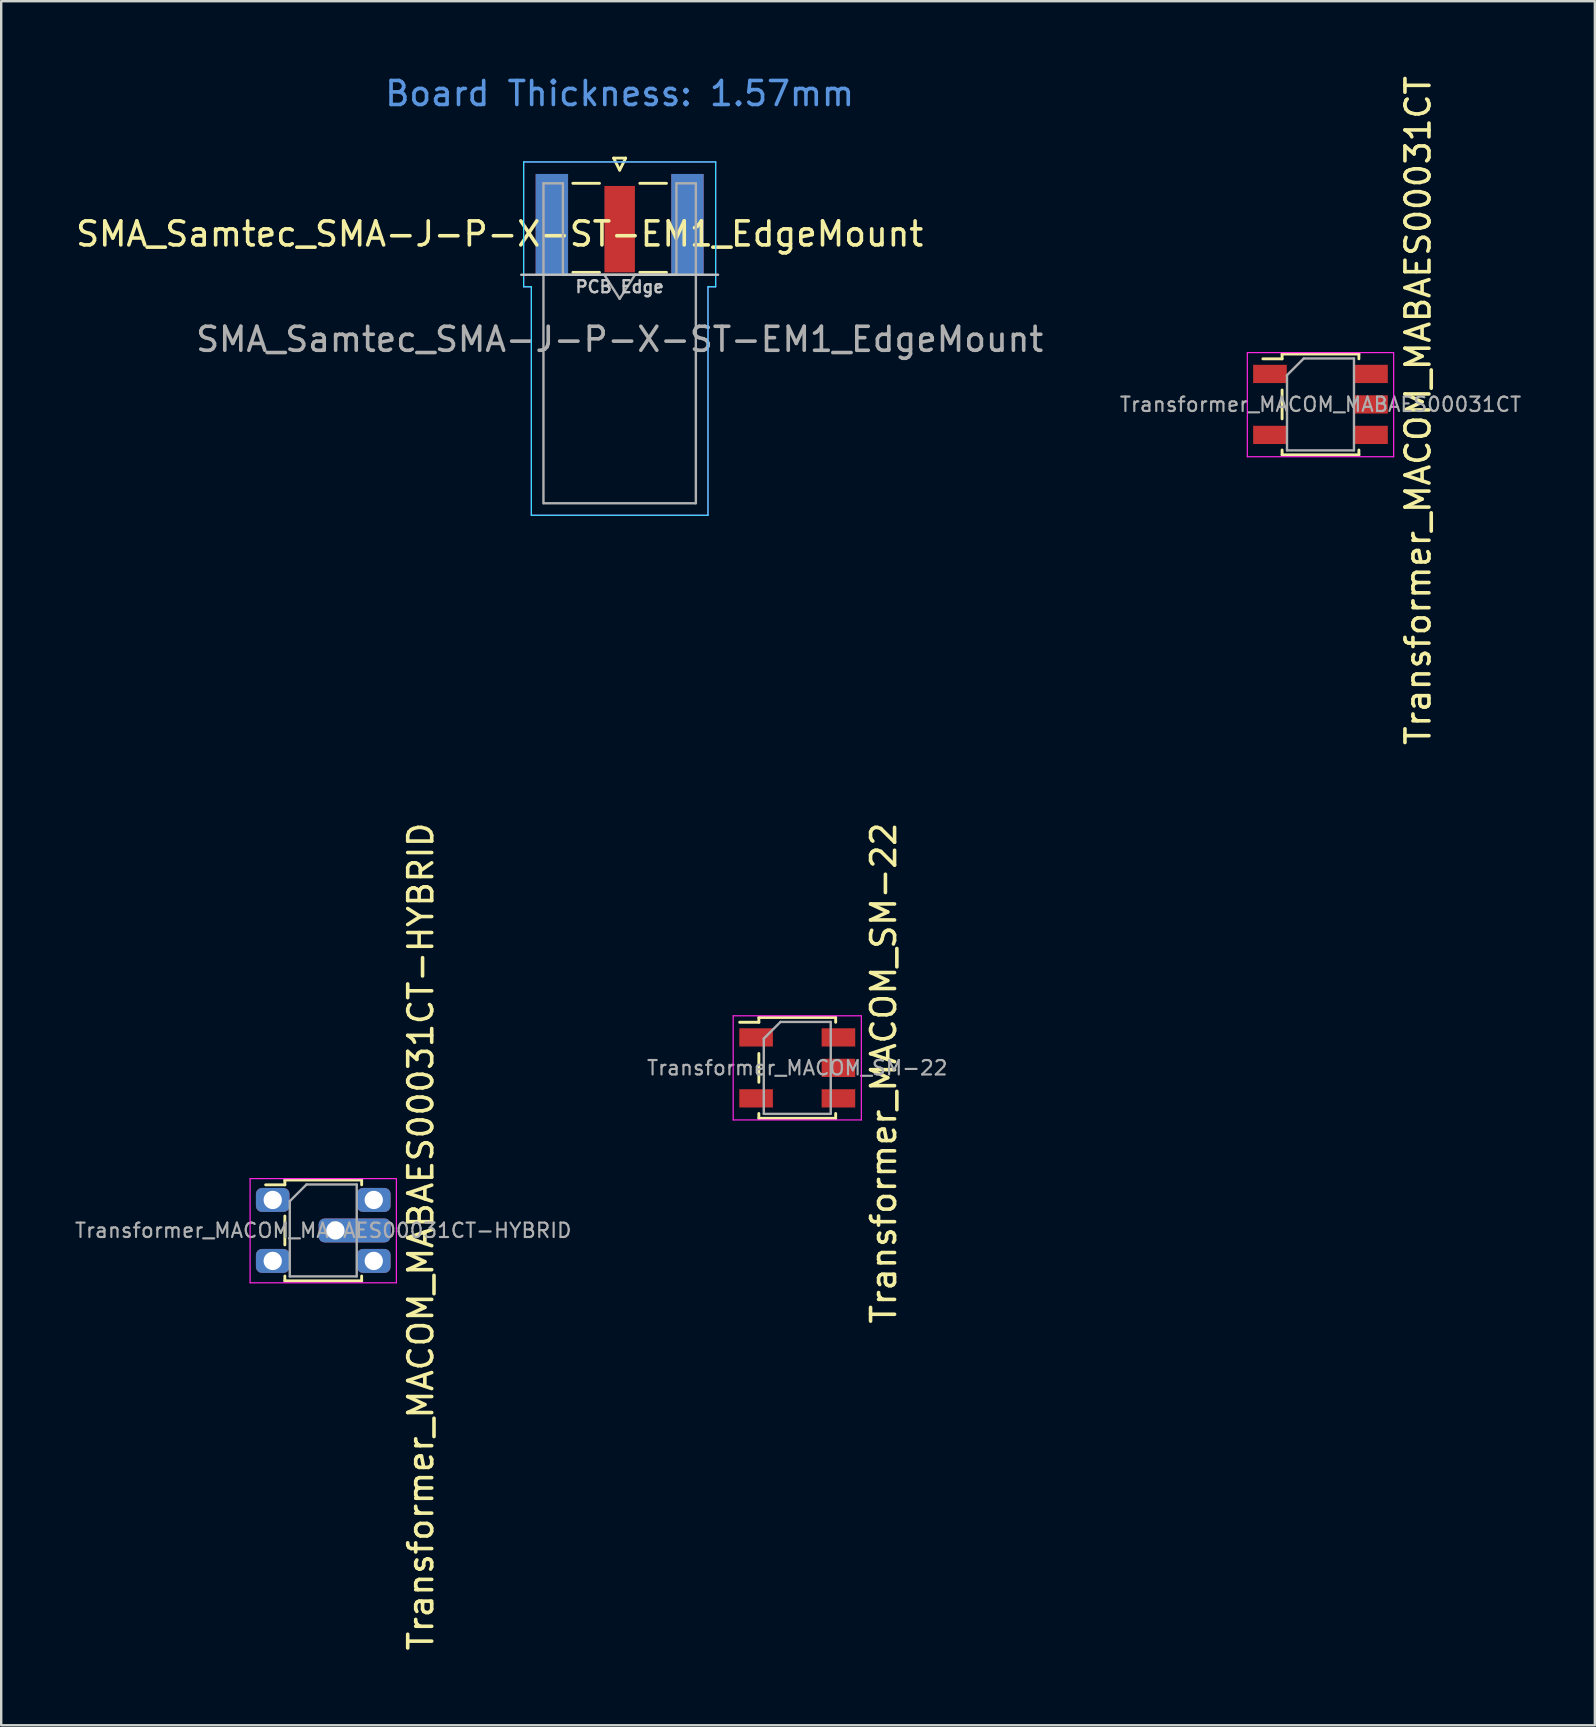
<source format=kicad_pcb>
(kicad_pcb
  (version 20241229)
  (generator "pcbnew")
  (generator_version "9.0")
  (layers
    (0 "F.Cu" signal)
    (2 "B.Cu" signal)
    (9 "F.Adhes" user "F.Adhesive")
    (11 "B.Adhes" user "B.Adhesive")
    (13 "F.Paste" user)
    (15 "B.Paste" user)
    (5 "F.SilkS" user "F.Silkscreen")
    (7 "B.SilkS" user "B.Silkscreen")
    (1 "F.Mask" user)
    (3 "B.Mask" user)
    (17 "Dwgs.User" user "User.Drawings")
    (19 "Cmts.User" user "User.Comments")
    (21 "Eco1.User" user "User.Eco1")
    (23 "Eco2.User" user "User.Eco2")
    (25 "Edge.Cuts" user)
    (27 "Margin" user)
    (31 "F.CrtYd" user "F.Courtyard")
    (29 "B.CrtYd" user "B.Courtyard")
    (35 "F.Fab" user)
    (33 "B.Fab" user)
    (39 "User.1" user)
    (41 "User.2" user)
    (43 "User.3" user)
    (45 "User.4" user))
  (footprint "Transformer_MACOM_MABAES00031CT-HYBRID"
    (layer "F.Cu")
    (at 10.418 48.216)
    (property "Reference" "Transformer_MACOM_MABAES00031CT-HYBRID" (at 4.064 0.254 90) (layer "F.SilkS") (effects (font (size 1 1) (thickness 0.15))))
    (attr smd)
    (fp_line (start -1.6 -2.1) (end -1.6 -1.9) (stroke (width 0.12) (type solid)) (layer "F.SilkS"))
    (fp_line (start -1.6 -1.9) (end -2.4 -1.9) (stroke (width 0.12) (type solid)) (layer "F.SilkS"))
    (fp_line (start -1.6 -0.6) (end -1.6 0.6) (stroke (width 0.12) (type solid)) (layer "F.SilkS"))
    (fp_line (start -1.6 1.9) (end -1.6 2.1) (stroke (width 0.12) (type solid)) (layer "F.SilkS"))
    (fp_line (start -1.6 2.1) (end 1.6 2.1) (stroke (width 0.12) (type solid)) (layer "F.SilkS"))
    (fp_line (start 1.6 -2.1) (end -1.6 -2.1) (stroke (width 0.12) (type solid)) (layer "F.SilkS"))
    (fp_line (start 1.6 -1.9) (end 1.6 -2.1) (stroke (width 0.12) (type solid)) (layer "F.SilkS"))
    (fp_line (start 1.6 2.1) (end 1.6 1.9) (stroke (width 0.12) (type solid)) (layer "F.SilkS"))
    (fp_line (start -3.048 -2.159) (end 3.048 -2.159) (stroke (width 0.05) (type solid)) (layer "F.CrtYd"))
    (fp_line (start -3.048 2.181) (end -3.048 -2.159) (stroke (width 0.05) (type solid)) (layer "F.CrtYd"))
    (fp_line (start 3.048 -2.159) (end 3.048 2.181) (stroke (width 0.05) (type solid)) (layer "F.CrtYd"))
    (fp_line (start 3.048 2.181) (end -3.048 2.181) (stroke (width 0.05) (type solid)) (layer "F.CrtYd"))
    (fp_line (start -1.395 -1.218) (end -0.698 -1.915) (stroke (width 0.1) (type solid)) (layer "F.Fab"))
    (fp_line (start -1.395 1.915) (end -1.395 -1.218) (stroke (width 0.1) (type solid)) (layer "F.Fab"))
    (fp_line (start -0.698 -1.915) (end 1.395 -1.915) (stroke (width 0.1) (type solid)) (layer "F.Fab"))
    (fp_line (start 1.395 -1.915) (end 1.395 1.915) (stroke (width 0.1) (type solid)) (layer "F.Fab"))
    (fp_line (start 1.395 1.915) (end -1.395 1.915) (stroke (width 0.1) (type solid)) (layer "F.Fab"))
    (fp_text user "${REFERENCE}" (at 0 0 180) (layer "F.Fab") (effects (font (size 0.6 0.6) (thickness 0.09))))
    (pad "1" thru_hole roundrect (at 2.105 -1.27) (size 1.4 1) (drill 0.762) (layers "*.Cu" "*.Mask") (roundrect_rratio 0.25))
    (pad "2" thru_hole roundrect (at 0.508 0) (size 3 1) (drill 0.762 (offset 0.8 0)) (layers "*.Cu" "*.Mask") (roundrect_rratio 0.25))
    (pad "3" thru_hole roundrect (at 2.105 1.27) (size 1.4 1) (drill 0.762) (layers "*.Cu" "*.Mask") (roundrect_rratio 0.25))
    (pad "4" thru_hole roundrect (at -2.105 -1.27) (size 1.4 1) (drill 0.762) (layers "*.Cu" "*.Mask") (roundrect_rratio 0.25))
    (pad "5" thru_hole roundrect (at -2.105 1.27) (size 1.4 1) (drill 0.762) (layers "*.Cu" "*.Mask") (roundrect_rratio 0.25)))
  (footprint "Transformer_MACOM_SM-22"
    (layer "F.Cu")
    (at 30.168 41.443)
    (property "Reference" "Transformer_MACOM_SM-22" (at 3.599 0.218 90) (layer "F.SilkS") (effects (font (size 1 1) (thickness 0.15))))
    (attr smd)
    (fp_line (start -1.6 -2.1) (end -1.6 -1.9) (stroke (width 0.12) (type solid)) (layer "F.SilkS"))
    (fp_line (start -1.6 -1.9) (end -2.4 -1.9) (stroke (width 0.12) (type solid)) (layer "F.SilkS"))
    (fp_line (start -1.6 -0.6) (end -1.6 0.6) (stroke (width 0.12) (type solid)) (layer "F.SilkS"))
    (fp_line (start -1.6 1.9) (end -1.6 2.1) (stroke (width 0.12) (type solid)) (layer "F.SilkS"))
    (fp_line (start -1.6 2.1) (end 1.6 2.1) (stroke (width 0.12) (type solid)) (layer "F.SilkS"))
    (fp_line (start 1.6 -2.1) (end -1.6 -2.1) (stroke (width 0.12) (type solid)) (layer "F.SilkS"))
    (fp_line (start 1.6 -1.9) (end 1.6 -2.1) (stroke (width 0.12) (type solid)) (layer "F.SilkS"))
    (fp_line (start 1.6 2.1) (end 1.6 1.9) (stroke (width 0.12) (type solid)) (layer "F.SilkS"))
    (fp_line (start -2.67 -2.17) (end 2.67 -2.17) (stroke (width 0.05) (type solid)) (layer "F.CrtYd"))
    (fp_line (start -2.67 2.17) (end -2.67 -2.17) (stroke (width 0.05) (type solid)) (layer "F.CrtYd"))
    (fp_line (start 2.67 -2.17) (end 2.67 2.17) (stroke (width 0.05) (type solid)) (layer "F.CrtYd"))
    (fp_line (start 2.67 2.17) (end -2.67 2.17) (stroke (width 0.05) (type solid)) (layer "F.CrtYd"))
    (fp_line (start -1.395 -1.218) (end -0.698 -1.915) (stroke (width 0.1) (type solid)) (layer "F.Fab"))
    (fp_line (start -1.395 1.915) (end -1.395 -1.218) (stroke (width 0.1) (type solid)) (layer "F.Fab"))
    (fp_line (start -0.698 -1.915) (end 1.395 -1.915) (stroke (width 0.1) (type solid)) (layer "F.Fab"))
    (fp_line (start 1.395 -1.915) (end 1.395 1.915) (stroke (width 0.1) (type solid)) (layer "F.Fab"))
    (fp_line (start 1.395 1.915) (end -1.395 1.915) (stroke (width 0.1) (type solid)) (layer "F.Fab"))
    (fp_text user "${REFERENCE}" (at 0 0 180) (layer "F.Fab") (effects (font (size 0.6 0.6) (thickness 0.09))))
    (pad "1" smd rect (at 1.715 -1.27) (size 1.4 0.76) (layers "F.Cu" "F.Mask" "F.Paste"))
    (pad "2" smd rect (at 1.715 0) (size 1.4 0.76) (layers "F.Cu" "F.Mask" "F.Paste"))
    (pad "3" smd rect (at 1.715 1.27) (size 1.4 0.76) (layers "F.Cu" "F.Mask" "F.Paste"))
    (pad "4" smd rect (at -1.715 -1.27) (size 1.4 0.76) (layers "F.Cu" "F.Mask" "F.Paste"))
    (pad "5" smd rect (at -1.715 1.27) (size 1.4 0.76) (layers "F.Cu" "F.Mask" "F.Paste")))
  (footprint "Transformer_MACOM_MABAES00031CT"
    (layer "F.Cu")
    (at 51.968 13.8)
    (property "Reference" "Transformer_MACOM_MABAES00031CT" (at 4.064 0.254 90) (layer "F.SilkS") (effects (font (size 1 1) (thickness 0.15))))
    (attr smd)
    (fp_line (start -1.6 -2.1) (end -1.6 -1.9) (stroke (width 0.12) (type solid)) (layer "F.SilkS"))
    (fp_line (start -1.6 -1.9) (end -2.4 -1.9) (stroke (width 0.12) (type solid)) (layer "F.SilkS"))
    (fp_line (start -1.6 -0.6) (end -1.6 0.6) (stroke (width 0.12) (type solid)) (layer "F.SilkS"))
    (fp_line (start -1.6 1.9) (end -1.6 2.1) (stroke (width 0.12) (type solid)) (layer "F.SilkS"))
    (fp_line (start -1.6 2.1) (end 1.6 2.1) (stroke (width 0.12) (type solid)) (layer "F.SilkS"))
    (fp_line (start 1.6 -2.1) (end -1.6 -2.1) (stroke (width 0.12) (type solid)) (layer "F.SilkS"))
    (fp_line (start 1.6 -1.9) (end 1.6 -2.1) (stroke (width 0.12) (type solid)) (layer "F.SilkS"))
    (fp_line (start 1.6 2.1) (end 1.6 1.9) (stroke (width 0.12) (type solid)) (layer "F.SilkS"))
    (fp_line (start -3.048 -2.159) (end 3.048 -2.159) (stroke (width 0.05) (type solid)) (layer "F.CrtYd"))
    (fp_line (start -3.048 2.181) (end -3.048 -2.159) (stroke (width 0.05) (type solid)) (layer "F.CrtYd"))
    (fp_line (start 3.048 -2.159) (end 3.048 2.181) (stroke (width 0.05) (type solid)) (layer "F.CrtYd"))
    (fp_line (start 3.048 2.181) (end -3.048 2.181) (stroke (width 0.05) (type solid)) (layer "F.CrtYd"))
    (fp_line (start -1.395 -1.218) (end -0.698 -1.915) (stroke (width 0.1) (type solid)) (layer "F.Fab"))
    (fp_line (start -1.395 1.915) (end -1.395 -1.218) (stroke (width 0.1) (type solid)) (layer "F.Fab"))
    (fp_line (start -0.698 -1.915) (end 1.395 -1.915) (stroke (width 0.1) (type solid)) (layer "F.Fab"))
    (fp_line (start 1.395 -1.915) (end 1.395 1.915) (stroke (width 0.1) (type solid)) (layer "F.Fab"))
    (fp_line (start 1.395 1.915) (end -1.395 1.915) (stroke (width 0.1) (type solid)) (layer "F.Fab"))
    (fp_text user "${REFERENCE}" (at 0 0 180) (layer "F.Fab") (effects (font (size 0.6 0.6) (thickness 0.09))))
    (pad "1" smd rect (at 2.105 -1.27) (size 1.4 0.76) (layers "F.Cu" "F.Mask" "F.Paste"))
    (pad "2" smd rect (at 2.105 0) (size 1.4 0.76) (layers "F.Cu" "F.Mask" "F.Paste"))
    (pad "3" smd rect (at 2.105 1.27) (size 1.4 0.76) (layers "F.Cu" "F.Mask" "F.Paste"))
    (pad "4" smd rect (at -2.105 -1.27) (size 1.4 0.76) (layers "F.Cu" "F.Mask" "F.Paste"))
    (pad "5" smd rect (at -2.105 1.27) (size 1.4 0.76) (layers "F.Cu" "F.Mask" "F.Paste")))
  (footprint "SMA_Samtec_SMA-J-P-X-ST-EM1_EdgeMount"
    (layer "F.Cu")
    (at 22.768 6.298)
    (property "Reference" "SMA_Samtec_SMA-J-P-X-ST-EM1_EdgeMount" (at -5 0.4 180) (layer "F.SilkS") (effects (font (size 1 1) (thickness 0.15))))
    (attr smd)
    (fp_line (start -1.95 -1.71) (end -0.84 -1.71) (stroke (width 0.12) (type solid)) (layer "F.SilkS"))
    (fp_line (start -1.95 2) (end -0.84 2) (stroke (width 0.12) (type solid)) (layer "F.SilkS"))
    (fp_line (start -0.25 -2.76) (end 0 -2.26) (stroke (width 0.12) (type solid)) (layer "F.SilkS"))
    (fp_line (start 0 -2.26) (end 0.25 -2.76) (stroke (width 0.12) (type solid)) (layer "F.SilkS"))
    (fp_line (start 0.25 -2.76) (end -0.25 -2.76) (stroke (width 0.12) (type solid)) (layer "F.SilkS"))
    (fp_line (start 0.84 -1.71) (end 1.95 -1.71) (stroke (width 0.12) (type solid)) (layer "F.SilkS"))
    (fp_line (start 0.84 2) (end 1.95 2) (stroke (width 0.12) (type solid)) (layer "F.SilkS"))
    (fp_line (start 4.1 2.1) (end -4.1 2.1) (stroke (width 0.1) (type solid)) (layer "Dwgs.User"))
    (fp_line (start -4 -2.6) (end 4 -2.6) (stroke (width 0.05) (type solid)) (layer "B.CrtYd"))
    (fp_line (start -4 2.6) (end -4 -2.6) (stroke (width 0.05) (type solid)) (layer "B.CrtYd"))
    (fp_line (start -3.68 2.6) (end -4 2.6) (stroke (width 0.05) (type solid)) (layer "B.CrtYd"))
    (fp_line (start -3.68 12.12) (end -3.68 2.6) (stroke (width 0.05) (type solid)) (layer "B.CrtYd"))
    (fp_line (start 3.68 2.6) (end 3.68 12.12) (stroke (width 0.05) (type solid)) (layer "B.CrtYd"))
    (fp_line (start 3.68 12.12) (end -3.68 12.12) (stroke (width 0.05) (type solid)) (layer "B.CrtYd"))
    (fp_line (start 4 2.6) (end 3.68 2.6) (stroke (width 0.05) (type solid)) (layer "B.CrtYd"))
    (fp_line (start 4 2.6) (end 4 -2.6) (stroke (width 0.05) (type solid)) (layer "B.CrtYd"))
    (fp_line (start -4 -2.6) (end 4 -2.6) (stroke (width 0.05) (type solid)) (layer "F.CrtYd"))
    (fp_line (start -4 2.6) (end -4 -2.6) (stroke (width 0.05) (type solid)) (layer "F.CrtYd"))
    (fp_line (start -3.68 2.6) (end -4 2.6) (stroke (width 0.05) (type solid)) (layer "F.CrtYd"))
    (fp_line (start -3.68 12.12) (end -3.68 2.6) (stroke (width 0.05) (type solid)) (layer "F.CrtYd"))
    (fp_line (start 3.68 2.6) (end 3.68 12.12) (stroke (width 0.05) (type solid)) (layer "F.CrtYd"))
    (fp_line (start 3.68 2.6) (end 4 2.6) (stroke (width 0.05) (type solid)) (layer "F.CrtYd"))
    (fp_line (start 3.68 12.12) (end -3.68 12.12) (stroke (width 0.05) (type solid)) (layer "F.CrtYd"))
    (fp_line (start 4 2.6) (end 4 -2.6) (stroke (width 0.05) (type solid)) (layer "F.CrtYd"))
    (fp_line (start -3.175 -1.71) (end -3.175 11.62) (stroke (width 0.1) (type solid)) (layer "F.Fab"))
    (fp_line (start -2.365 -1.71) (end -3.175 -1.71) (stroke (width 0.1) (type solid)) (layer "F.Fab"))
    (fp_line (start -2.365 2.1) (end -2.365 -1.71) (stroke (width 0.1) (type solid)) (layer "F.Fab"))
    (fp_line (start 0 3.1) (end -0.64 2.1) (stroke (width 0.1) (type solid)) (layer "F.Fab"))
    (fp_line (start 0.64 2.1) (end 0 3.1) (stroke (width 0.1) (type solid)) (layer "F.Fab"))
    (fp_line (start 2.365 -1.71) (end 2.365 2.1) (stroke (width 0.1) (type solid)) (layer "F.Fab"))
    (fp_line (start 2.365 2.1) (end -2.365 2.1) (stroke (width 0.1) (type solid)) (layer "F.Fab"))
    (fp_line (start 3.165 11.62) (end -3.165 11.62) (stroke (width 0.1) (type solid)) (layer "F.Fab"))
    (fp_line (start 3.175 -1.71) (end 2.365 -1.71) (stroke (width 0.1) (type solid)) (layer "F.Fab"))
    (fp_line (start 3.175 -1.71) (end 3.175 11.62) (stroke (width 0.1) (type solid)) (layer "F.Fab"))
    (fp_text user "PCB Edge" (at 0 2.6 180) (layer "Dwgs.User") (effects (font (size 0.5 0.5) (thickness 0.1))))
    (fp_text user "Board Thickness: 1.57mm" (at 0 -5.45 180) (layer "Cmts.User") (effects (font (size 1 1) (thickness 0.15))))
    (fp_text user "${REFERENCE}" (at 0 4.79 0) (layer "F.Fab") (effects (font (size 1 1) (thickness 0.15))))
    (pad "1" smd rect (at 0 0.2) (size 1.27 3.6) (layers "F.Cu" "F.Mask" "F.Paste"))
    (pad "2" smd rect (at -2.825 0) (size 1.35 4.2) (layers "F.Cu" "F.Mask" "F.Paste"))
    (pad "2" smd rect (at -2.825 0) (size 1.35 4.2) (layers "B.Cu" "B.Mask" "B.Paste"))
    (pad "2" smd rect (at 2.825 0) (size 1.35 4.2) (layers "F.Cu" "F.Mask" "F.Paste"))
    (pad "2" smd rect (at 2.825 0) (size 1.35 4.2) (layers "B.Cu" "B.Mask" "B.Paste")))
  (gr_rect
    (start -3 -3)
    (end 63.4 68.833)
    (stroke (width 0.1) (type default))
    (fill no)
    (layer "Edge.Cuts")))
</source>
